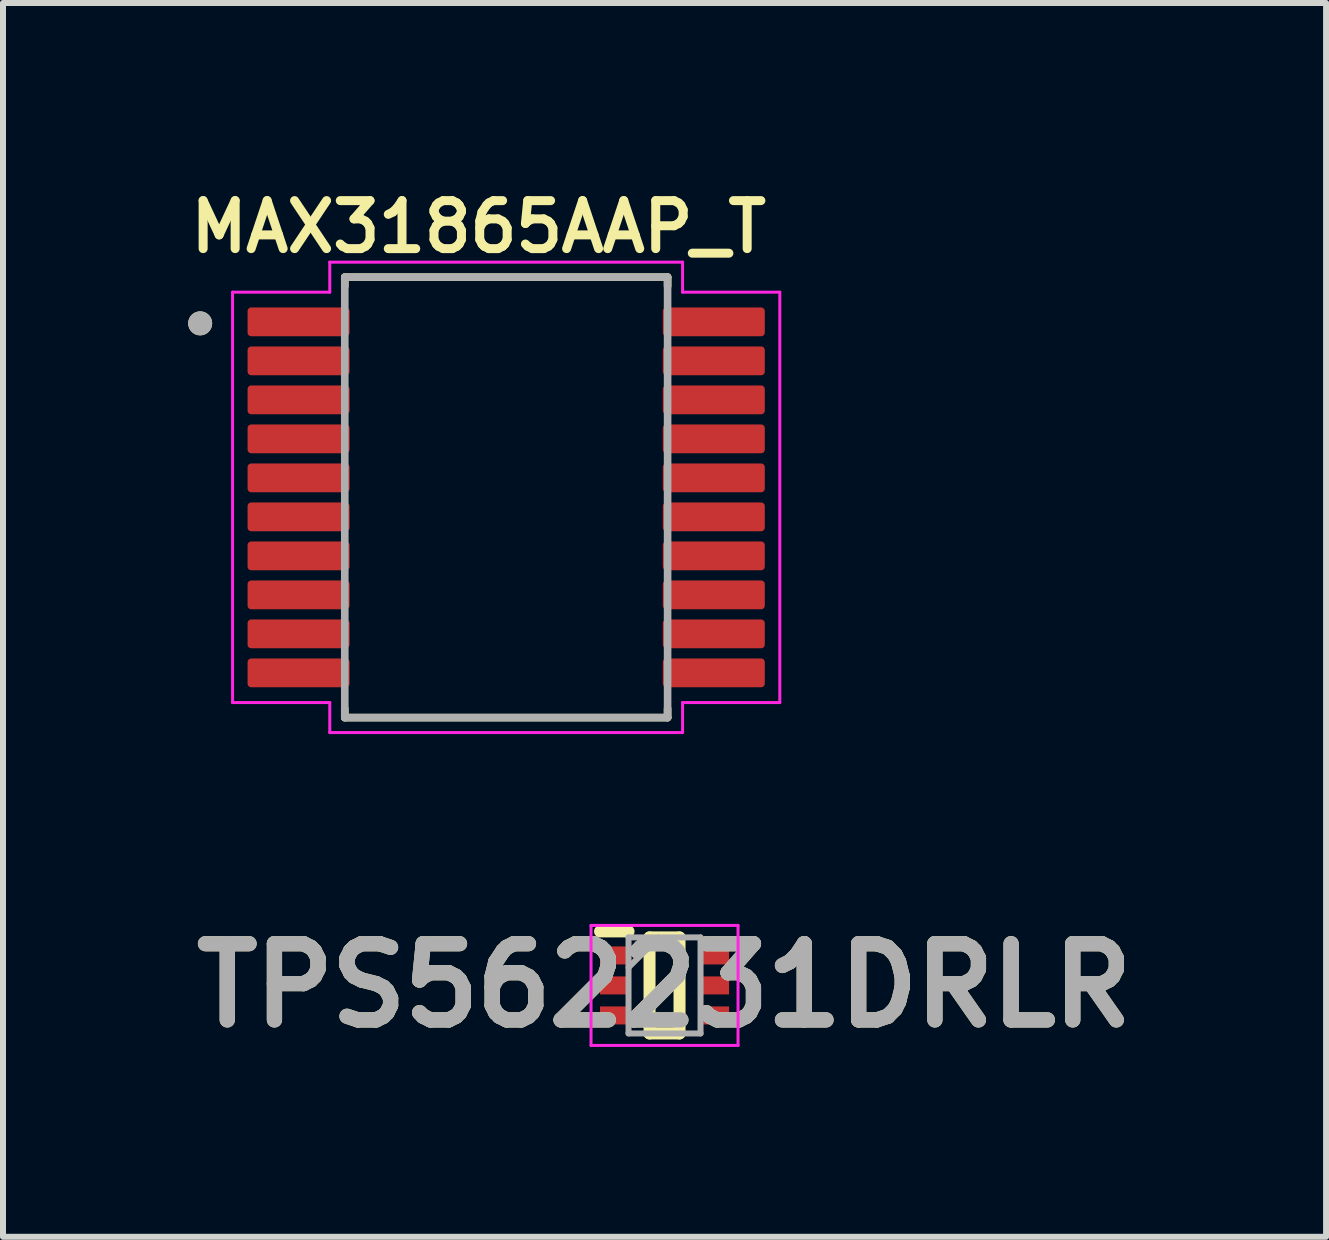
<source format=kicad_pcb>
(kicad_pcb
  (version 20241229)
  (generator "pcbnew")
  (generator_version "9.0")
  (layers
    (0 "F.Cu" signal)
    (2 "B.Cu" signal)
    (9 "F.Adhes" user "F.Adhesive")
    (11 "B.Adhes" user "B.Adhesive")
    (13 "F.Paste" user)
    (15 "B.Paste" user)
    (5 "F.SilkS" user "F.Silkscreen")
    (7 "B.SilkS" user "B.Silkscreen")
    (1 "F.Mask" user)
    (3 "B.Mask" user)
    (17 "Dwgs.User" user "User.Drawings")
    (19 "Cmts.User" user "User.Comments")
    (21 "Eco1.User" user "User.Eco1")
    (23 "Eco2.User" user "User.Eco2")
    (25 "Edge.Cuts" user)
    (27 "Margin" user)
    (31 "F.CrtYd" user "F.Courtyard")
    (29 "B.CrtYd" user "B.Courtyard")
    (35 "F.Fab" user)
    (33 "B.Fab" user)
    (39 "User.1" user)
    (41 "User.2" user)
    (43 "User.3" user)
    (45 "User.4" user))
  (footprint "MAX31865AAP_T"
    (layer "F.Cu")
    (at 5.386 5.239)
    (property "Reference" "MAX31865AAP_T" (at -0.46 -4.508 0) (layer "F.SilkS") (effects (font (size 0.8 0.8) (thickness 0.15))))
    (attr smd)
    (fp_line (start -2.69 -3.67) (end 2.69 -3.67) (stroke (width 0.127) (type solid)) (layer "F.SilkS"))
    (fp_line (start -2.69 -3.52) (end -2.69 -3.67) (stroke (width 0.127) (type solid)) (layer "F.SilkS"))
    (fp_line (start -2.69 3.67) (end -2.69 3.52) (stroke (width 0.127) (type solid)) (layer "F.SilkS"))
    (fp_line (start 2.69 -3.67) (end 2.69 -3.52) (stroke (width 0.127) (type solid)) (layer "F.SilkS"))
    (fp_line (start 2.69 3.52) (end 2.69 3.67) (stroke (width 0.127) (type solid)) (layer "F.SilkS"))
    (fp_line (start 2.69 3.67) (end -2.69 3.67) (stroke (width 0.127) (type solid)) (layer "F.SilkS"))
    (fp_circle (center -5.1 -2.9) (end -5 -2.9) (stroke (width 0.2) (type solid)) (fill no) (layer "F.SilkS"))
    (fp_line (start -4.56 -3.42) (end -2.94 -3.42) (stroke (width 0.05) (type solid)) (layer "F.CrtYd"))
    (fp_line (start -4.56 3.42) (end -4.56 -3.42) (stroke (width 0.05) (type solid)) (layer "F.CrtYd"))
    (fp_line (start -2.94 -3.92) (end 2.94 -3.92) (stroke (width 0.05) (type solid)) (layer "F.CrtYd"))
    (fp_line (start -2.94 -3.42) (end -2.94 -3.92) (stroke (width 0.05) (type solid)) (layer "F.CrtYd"))
    (fp_line (start -2.94 3.42) (end -4.56 3.42) (stroke (width 0.05) (type solid)) (layer "F.CrtYd"))
    (fp_line (start -2.94 3.92) (end -2.94 3.42) (stroke (width 0.05) (type solid)) (layer "F.CrtYd"))
    (fp_line (start 2.94 -3.92) (end 2.94 -3.42) (stroke (width 0.05) (type solid)) (layer "F.CrtYd"))
    (fp_line (start 2.94 -3.42) (end 4.56 -3.42) (stroke (width 0.05) (type solid)) (layer "F.CrtYd"))
    (fp_line (start 2.94 3.42) (end 2.94 3.92) (stroke (width 0.05) (type solid)) (layer "F.CrtYd"))
    (fp_line (start 2.94 3.92) (end -2.94 3.92) (stroke (width 0.05) (type solid)) (layer "F.CrtYd"))
    (fp_line (start 4.56 -3.42) (end 4.56 3.42) (stroke (width 0.05) (type solid)) (layer "F.CrtYd"))
    (fp_line (start 4.56 3.42) (end 2.94 3.42) (stroke (width 0.05) (type solid)) (layer "F.CrtYd"))
    (fp_line (start -2.69 -3.67) (end 2.69 -3.67) (stroke (width 0.127) (type solid)) (layer "F.Fab"))
    (fp_line (start -2.69 3.67) (end -2.69 -3.67) (stroke (width 0.127) (type solid)) (layer "F.Fab"))
    (fp_line (start 2.69 -3.67) (end 2.69 3.67) (stroke (width 0.127) (type solid)) (layer "F.Fab"))
    (fp_line (start 2.69 3.67) (end -2.69 3.67) (stroke (width 0.127) (type solid)) (layer "F.Fab"))
    (fp_circle (center -5.1 -2.9) (end -5 -2.9) (stroke (width 0.2) (type solid)) (fill no) (layer "F.Fab"))
    (pad "1" smd roundrect (at -3.46 -2.925) (size 1.7 0.48) (layers "F.Cu" "F.Mask" "F.Paste") (roundrect_rratio 0.125))
    (pad "2" smd roundrect (at -3.46 -2.275) (size 1.7 0.48) (layers "F.Cu" "F.Mask" "F.Paste") (roundrect_rratio 0.125))
    (pad "3" smd roundrect (at -3.46 -1.625) (size 1.7 0.48) (layers "F.Cu" "F.Mask" "F.Paste") (roundrect_rratio 0.125))
    (pad "4" smd roundrect (at -3.46 -0.975) (size 1.7 0.48) (layers "F.Cu" "F.Mask" "F.Paste") (roundrect_rratio 0.125))
    (pad "5" smd roundrect (at -3.46 -0.325) (size 1.7 0.48) (layers "F.Cu" "F.Mask" "F.Paste") (roundrect_rratio 0.125))
    (pad "6" smd roundrect (at -3.46 0.325) (size 1.7 0.48) (layers "F.Cu" "F.Mask" "F.Paste") (roundrect_rratio 0.125))
    (pad "7" smd roundrect (at -3.46 0.975) (size 1.7 0.48) (layers "F.Cu" "F.Mask" "F.Paste") (roundrect_rratio 0.125))
    (pad "8" smd roundrect (at -3.46 1.625) (size 1.7 0.48) (layers "F.Cu" "F.Mask" "F.Paste") (roundrect_rratio 0.125))
    (pad "9" smd roundrect (at -3.46 2.275) (size 1.7 0.48) (layers "F.Cu" "F.Mask" "F.Paste") (roundrect_rratio 0.125))
    (pad "10" smd roundrect (at -3.46 2.925) (size 1.7 0.48) (layers "F.Cu" "F.Mask" "F.Paste") (roundrect_rratio 0.125))
    (pad "11" smd roundrect (at 3.46 2.925) (size 1.7 0.48) (layers "F.Cu" "F.Mask" "F.Paste") (roundrect_rratio 0.125))
    (pad "12" smd roundrect (at 3.46 2.275) (size 1.7 0.48) (layers "F.Cu" "F.Mask" "F.Paste") (roundrect_rratio 0.125))
    (pad "13" smd roundrect (at 3.46 1.625) (size 1.7 0.48) (layers "F.Cu" "F.Mask" "F.Paste") (roundrect_rratio 0.125))
    (pad "14" smd roundrect (at 3.46 0.975) (size 1.7 0.48) (layers "F.Cu" "F.Mask" "F.Paste") (roundrect_rratio 0.125))
    (pad "15" smd roundrect (at 3.46 0.325) (size 1.7 0.48) (layers "F.Cu" "F.Mask" "F.Paste") (roundrect_rratio 0.125))
    (pad "16" smd roundrect (at 3.46 -0.325) (size 1.7 0.48) (layers "F.Cu" "F.Mask" "F.Paste") (roundrect_rratio 0.125))
    (pad "17" smd roundrect (at 3.46 -0.975) (size 1.7 0.48) (layers "F.Cu" "F.Mask" "F.Paste") (roundrect_rratio 0.125))
    (pad "18" smd roundrect (at 3.46 -1.625) (size 1.7 0.48) (layers "F.Cu" "F.Mask" "F.Paste") (roundrect_rratio 0.125))
    (pad "19" smd roundrect (at 3.46 -2.275) (size 1.7 0.48) (layers "F.Cu" "F.Mask" "F.Paste") (roundrect_rratio 0.125))
    (pad "20" smd roundrect (at 3.46 -2.925) (size 1.7 0.48) (layers "F.Cu" "F.Mask" "F.Paste") (roundrect_rratio 0.125)))
  (footprint "TPS562231DRLR"
    (layer "F.Cu")
    (at 8.025 13.373)
    (property "Reference" "TPS562231DRLR" (at 0 0 0) (layer "F.SilkS") (effects (font (size 1.27 1.27) (thickness 0.254))))
    (attr smd)
    (fp_line (start -1.075 -0.9) (end -0.6 -0.9) (stroke (width 0.2) (type solid)) (layer "F.SilkS"))
    (fp_line (start -0.25 -0.8) (end 0.25 -0.8) (stroke (width 0.2) (type solid)) (layer "F.SilkS"))
    (fp_line (start -0.25 0.8) (end -0.25 -0.8) (stroke (width 0.2) (type solid)) (layer "F.SilkS"))
    (fp_line (start 0.25 -0.8) (end 0.25 0.8) (stroke (width 0.2) (type solid)) (layer "F.SilkS"))
    (fp_line (start 0.25 0.8) (end -0.25 0.8) (stroke (width 0.2) (type solid)) (layer "F.SilkS"))
    (fp_line (start -1.225 -1) (end 1.225 -1) (stroke (width 0.05) (type solid)) (layer "F.CrtYd"))
    (fp_line (start -1.225 1) (end -1.225 -1) (stroke (width 0.05) (type solid)) (layer "F.CrtYd"))
    (fp_line (start 1.225 -1) (end 1.225 1) (stroke (width 0.05) (type solid)) (layer "F.CrtYd"))
    (fp_line (start 1.225 1) (end -1.225 1) (stroke (width 0.05) (type solid)) (layer "F.CrtYd"))
    (fp_line (start -0.6 -0.8) (end 0.6 -0.8) (stroke (width 0.1) (type solid)) (layer "F.Fab"))
    (fp_line (start -0.6 -0.3) (end -0.1 -0.8) (stroke (width 0.1) (type solid)) (layer "F.Fab"))
    (fp_line (start -0.6 0.8) (end -0.6 -0.8) (stroke (width 0.1) (type solid)) (layer "F.Fab"))
    (fp_line (start 0.6 -0.8) (end 0.6 0.8) (stroke (width 0.1) (type solid)) (layer "F.Fab"))
    (fp_line (start 0.6 0.8) (end -0.6 0.8) (stroke (width 0.1) (type solid)) (layer "F.Fab"))
    (fp_text user "${REFERENCE}" (at 0 0 0) (layer "F.Fab") (effects (font (size 1.27 1.27) (thickness 0.254))))
    (pad "1" smd rect (at -0.838 -0.5 90) (size 0.3 0.475) (layers "F.Cu" "F.Mask" "F.Paste"))
    (pad "2" smd rect (at -0.838 0 90) (size 0.3 0.475) (layers "F.Cu" "F.Mask" "F.Paste"))
    (pad "3" smd rect (at -0.838 0.5 90) (size 0.3 0.475) (layers "F.Cu" "F.Mask" "F.Paste"))
    (pad "4" smd rect (at 0.838 0.5 90) (size 0.3 0.475) (layers "F.Cu" "F.Mask" "F.Paste"))
    (pad "5" smd rect (at 0.838 0 90) (size 0.3 0.475) (layers "F.Cu" "F.Mask" "F.Paste"))
    (pad "6" smd rect (at 0.838 -0.5 90) (size 0.3 0.475) (layers "F.Cu" "F.Mask" "F.Paste")))
  (gr_rect
    (start -3 -3)
    (end 19.05 17.562)
    (stroke (width 0.1) (type default))
    (fill no)
    (layer "Edge.Cuts")))
</source>
